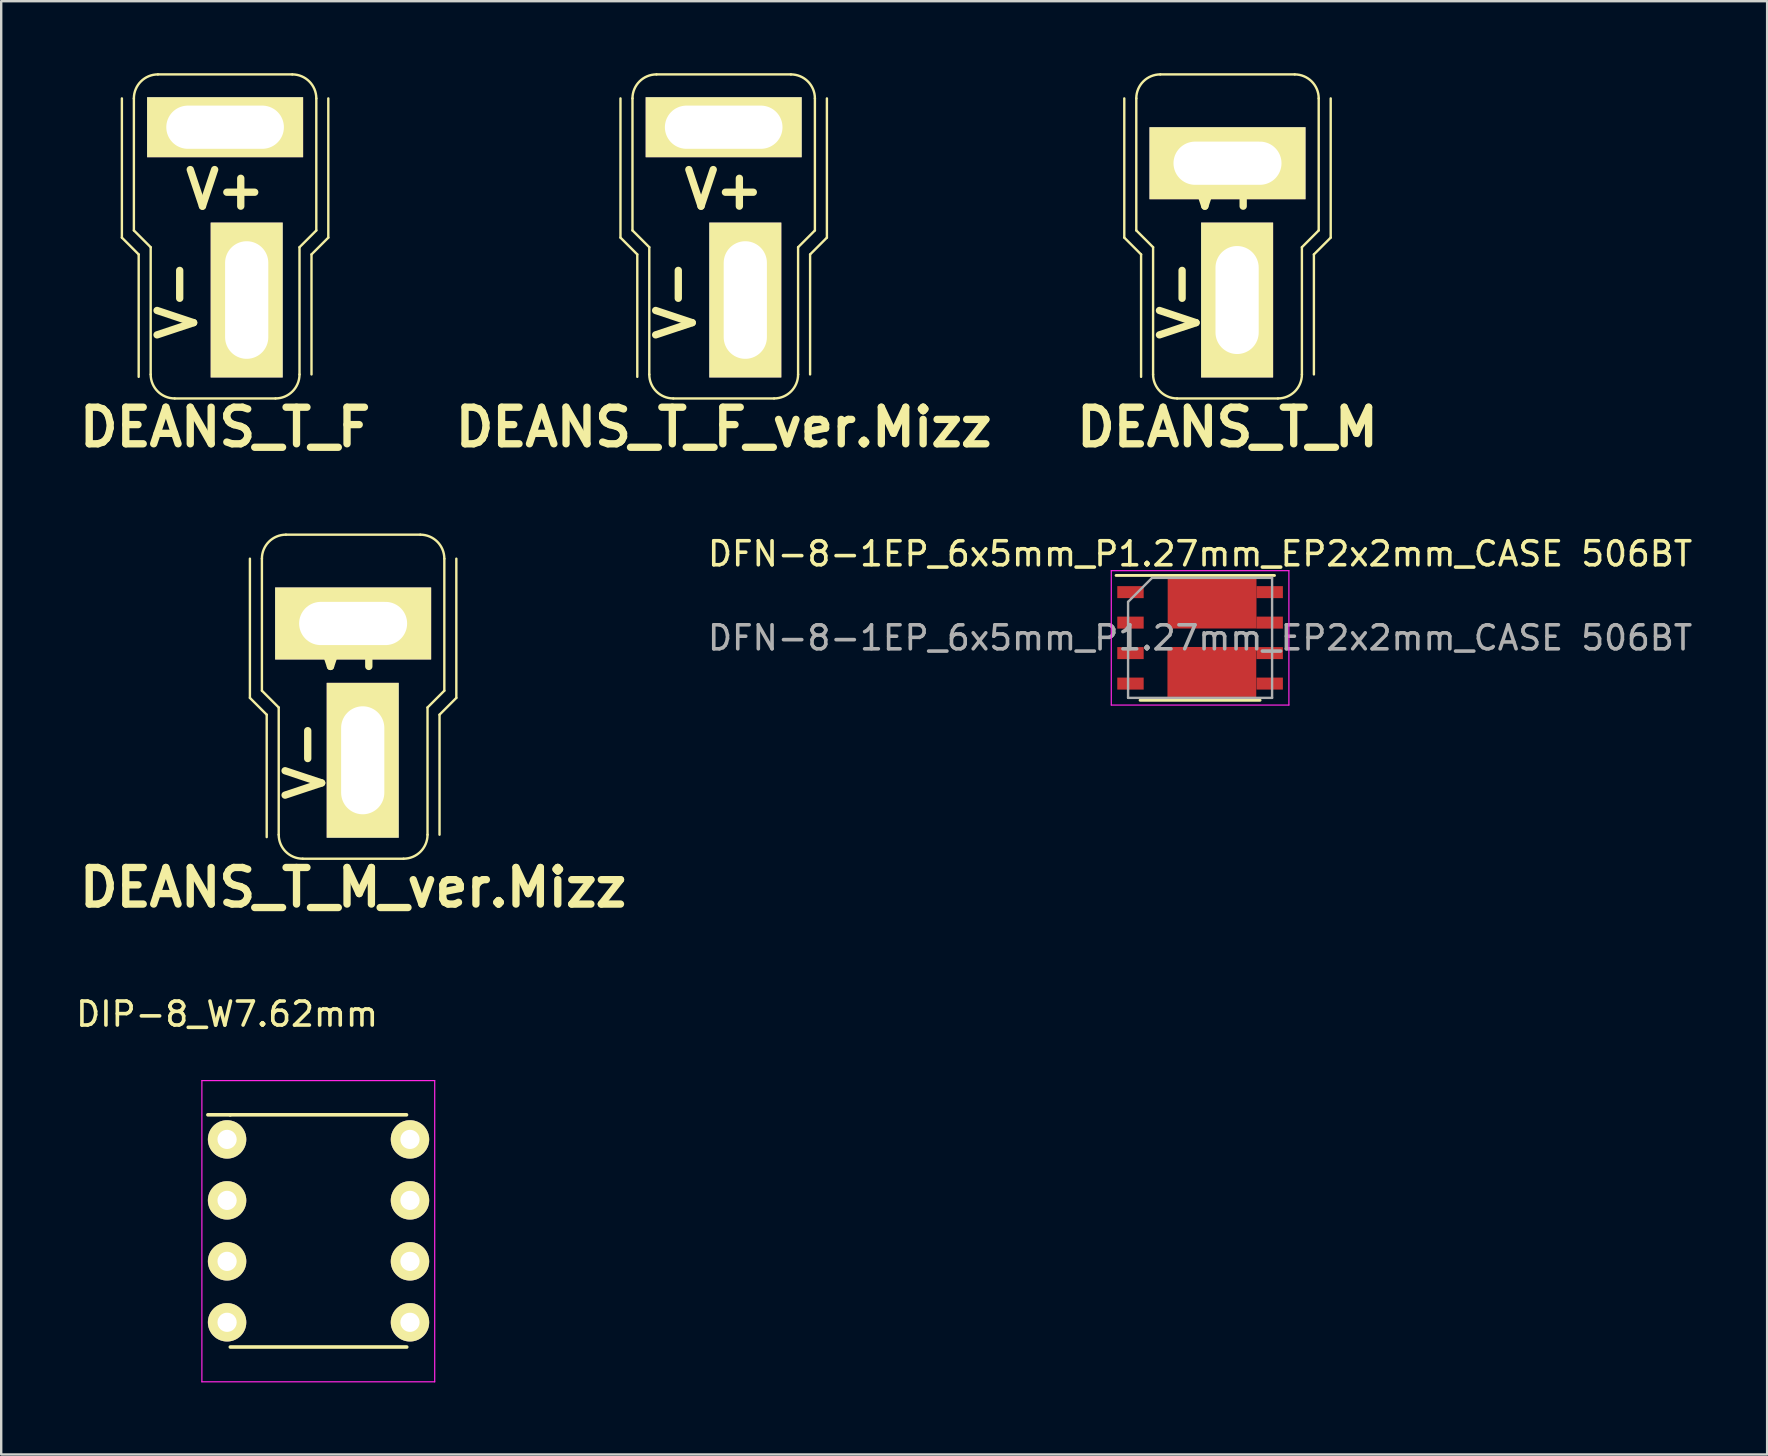
<source format=kicad_pcb>
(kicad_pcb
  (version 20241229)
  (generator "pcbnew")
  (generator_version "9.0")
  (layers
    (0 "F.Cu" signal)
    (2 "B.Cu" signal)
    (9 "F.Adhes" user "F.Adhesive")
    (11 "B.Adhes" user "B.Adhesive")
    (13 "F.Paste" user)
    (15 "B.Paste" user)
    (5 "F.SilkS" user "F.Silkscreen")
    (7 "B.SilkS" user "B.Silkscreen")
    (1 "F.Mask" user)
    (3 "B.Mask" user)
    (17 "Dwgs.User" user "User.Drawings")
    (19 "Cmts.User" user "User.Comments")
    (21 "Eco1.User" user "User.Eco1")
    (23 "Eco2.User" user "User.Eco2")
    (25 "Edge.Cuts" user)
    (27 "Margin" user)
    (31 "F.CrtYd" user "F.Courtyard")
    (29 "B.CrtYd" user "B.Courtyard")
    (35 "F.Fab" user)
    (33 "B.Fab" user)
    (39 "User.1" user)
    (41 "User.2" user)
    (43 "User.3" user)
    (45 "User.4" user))
  (footprint "DEANS_T_F_ver.Mizz"
    (layer "F.Cu")
    (at 27.101 6.55)
    (property "Reference" "DEANS_T_F_ver.Mizz" (at 0 8.2 0) (layer "F.SilkS") (effects (font (size 1.524 1.524) (thickness 0.305))))
    (attr through_hole)
    (fp_line (start -4.3 -5.5) (end -4.3 0.3) (stroke (width 0.1) (type solid)) (layer "F.SilkS"))
    (fp_line (start -4.3 0.3) (end -3.6 1) (stroke (width 0.1) (type solid)) (layer "F.SilkS"))
    (fp_line (start -3.8 -5.5) (end -3.8 0) (stroke (width 0.1) (type solid)) (layer "F.SilkS"))
    (fp_line (start -3.8 0) (end -3.1 0.7) (stroke (width 0.1) (type solid)) (layer "F.SilkS"))
    (fp_line (start -3.6 6.1) (end -3.6 1) (stroke (width 0.1) (type solid)) (layer "F.SilkS"))
    (fp_line (start -3.1 6) (end -3.1 0.7) (stroke (width 0.1) (type solid)) (layer "F.SilkS"))
    (fp_line (start 2.1 7) (end -2.1 7) (stroke (width 0.1) (type solid)) (layer "F.SilkS"))
    (fp_line (start 2.8 -6.5) (end -2.8 -6.5) (stroke (width 0.1) (type solid)) (layer "F.SilkS"))
    (fp_line (start 3.1 6) (end 3.1 0.7) (stroke (width 0.1) (type solid)) (layer "F.SilkS"))
    (fp_line (start 3.6 6) (end 3.6 1) (stroke (width 0.1) (type solid)) (layer "F.SilkS"))
    (fp_line (start 3.8 0) (end 3.1 0.7) (stroke (width 0.1) (type solid)) (layer "F.SilkS"))
    (fp_line (start 3.8 0) (end 3.8 -5.5) (stroke (width 0.1) (type solid)) (layer "F.SilkS"))
    (fp_line (start 4.3 -5.5) (end 4.3 0.3) (stroke (width 0.1) (type solid)) (layer "F.SilkS"))
    (fp_line (start 4.3 0.3) (end 3.6 1) (stroke (width 0.1) (type solid)) (layer "F.SilkS"))
    (fp_arc (start -3.8 -5.5) (mid -3.507107 -6.207107) (end -2.8 -6.5) (stroke (width 0.1) (type solid)) (layer "F.SilkS"))
    (fp_arc (start -2.1 7) (mid -2.807107 6.707107) (end -3.1 6) (stroke (width 0.1) (type solid)) (layer "F.SilkS"))
    (fp_arc (start 2.8 -6.5) (mid 3.507107 -6.207107) (end 3.8 -5.5) (stroke (width 0.1) (type solid)) (layer "F.SilkS"))
    (fp_arc (start 3.1 6) (mid 2.807107 6.707107) (end 2.1 7) (stroke (width 0.1) (type solid)) (layer "F.SilkS"))
    (fp_text user "V+" (at 0 -1.7 180) (layer "F.SilkS") (effects (font (size 1.524 1.524) (thickness 0.305))))
    (fp_text user "V-" (at -2 2.9 90) (layer "F.SilkS") (effects (font (size 1.524 1.524) (thickness 0.305))))
    (pad "1" thru_hole rect (at 0.9 2.9) (size 3 6.452) (drill oval 1.8 4.9) (layers "*.Cu" "*.Mask" "F.SilkS"))
    (pad "2" thru_hole rect (at 0 -4.3) (size 6.5 2.5) (drill oval 4.9 1.8) (layers "*.Cu" "*.Mask" "F.SilkS")))
  (footprint "DFN-8-1EP_6x5mm_P1.27mm_EP2x2mm_CASE 506BT"
    (layer "F.Cu")
    (at 46.949 23.525)
    (property "Reference" "DFN-8-1EP_6x5mm_P1.27mm_EP2x2mm_CASE 506BT" (at 0 -3.5 0) (layer "F.SilkS") (effects (font (size 1 1) (thickness 0.15))))
    (attr smd)
    (fp_line (start -3.5 -2.6) (end 3.1 -2.6) (stroke (width 0.12) (type solid)) (layer "F.SilkS"))
    (fp_line (start -2.5 2.6) (end 2.5 2.6) (stroke (width 0.12) (type solid)) (layer "F.SilkS"))
    (fp_line (start -3.7 -2.8) (end 3.7 -2.8) (stroke (width 0.05) (type solid)) (layer "F.CrtYd"))
    (fp_line (start -3.7 2.8) (end -3.7 -2.8) (stroke (width 0.05) (type solid)) (layer "F.CrtYd"))
    (fp_line (start 3.7 -2.8) (end 3.7 2.8) (stroke (width 0.05) (type solid)) (layer "F.CrtYd"))
    (fp_line (start 3.7 2.8) (end -3.7 2.8) (stroke (width 0.05) (type solid)) (layer "F.CrtYd"))
    (fp_line (start -3 2.5) (end -3 -1.5) (stroke (width 0.1) (type solid)) (layer "F.Fab"))
    (fp_line (start -2 -2.5) (end -3 -1.5) (stroke (width 0.1) (type solid)) (layer "F.Fab"))
    (fp_line (start -2 -2.5) (end 3 -2.5) (stroke (width 0.1) (type solid)) (layer "F.Fab"))
    (fp_line (start 3 -2.5) (end 3 2.5) (stroke (width 0.1) (type solid)) (layer "F.Fab"))
    (fp_line (start 3 2.5) (end -3 2.5) (stroke (width 0.1) (type solid)) (layer "F.Fab"))
    (fp_text user "${REFERENCE}" (at 0 0 0) (layer "F.Fab") (effects (font (size 1 1) (thickness 0.15))))
    (pad "1" smd rect (at -2.9 -1.905 270) (size 0.5 1.1) (layers "F.Cu" "F.Mask" "F.Paste"))
    (pad "2" smd rect (at -2.9 -0.635 270) (size 0.5 1.1) (layers "F.Cu" "F.Mask" "F.Paste"))
    (pad "3" smd rect (at -2.9 0.635 270) (size 0.5 1.1) (layers "F.Cu" "F.Mask" "F.Paste"))
    (pad "4" smd rect (at -2.9 1.905 270) (size 0.5 1.1) (layers "F.Cu" "F.Mask" "F.Paste"))
    (pad "5" smd rect (at 0.49 1.42) (size 3.7 2.08) (layers "F.Cu" "F.Mask" "F.Paste"))
    (pad "5" smd rect (at 2.9 1.905 270) (size 0.5 1.1) (layers "F.Cu" "F.Mask" "F.Paste"))
    (pad "6" smd rect (at 2.9 0.635 270) (size 0.5 1.1) (layers "F.Cu" "F.Mask" "F.Paste"))
    (pad "7" smd rect (at 2.9 -0.635 270) (size 0.5 1.1) (layers "F.Cu" "F.Mask" "F.Paste"))
    (pad "8" smd rect (at 0.5 -1.43) (size 3.7 2.08) (layers "F.Cu" "F.Mask" "F.Paste"))
    (pad "8" smd rect (at 2.9 -1.905 270) (size 0.5 1.1) (layers "F.Cu" "F.Mask" "F.Paste")))
  (footprint "DIP-8_W7.62mm"
    (layer "F.Cu")
    (at 6.411 44.421)
    (property "Reference" "DIP-8_W7.62mm" (at 0 -5.22 0) (layer "F.SilkS") (effects (font (size 1 1) (thickness 0.15))))
    (attr through_hole)
    (fp_line (start 0.125 -1.025) (end 7.475 -1.025) (stroke (width 0.15) (type solid)) (layer "F.SilkS"))
    (fp_line (start 0.135 -1.025) (end -0.8 -1.025) (stroke (width 0.15) (type solid)) (layer "F.SilkS"))
    (fp_line (start 0.135 8.65) (end 7.485 8.65) (stroke (width 0.15) (type solid)) (layer "F.SilkS"))
    (fp_line (start -1.05 -2.45) (end -1.05 10.1) (stroke (width 0.05) (type solid)) (layer "F.CrtYd"))
    (fp_line (start -1.05 -2.45) (end 8.65 -2.45) (stroke (width 0.05) (type solid)) (layer "F.CrtYd"))
    (fp_line (start -1.05 10.1) (end 8.65 10.1) (stroke (width 0.05) (type solid)) (layer "F.CrtYd"))
    (fp_line (start 8.65 -2.45) (end 8.65 10.1) (stroke (width 0.05) (type solid)) (layer "F.CrtYd"))
    (pad "1" thru_hole oval (at 0 0) (size 1.6 1.6) (drill 0.8) (layers "*.Cu" "*.Mask" "F.SilkS"))
    (pad "2" thru_hole oval (at 0 2.54) (size 1.6 1.6) (drill 0.8) (layers "*.Cu" "*.Mask" "F.SilkS"))
    (pad "3" thru_hole oval (at 0 5.08) (size 1.6 1.6) (drill 0.8) (layers "*.Cu" "*.Mask" "F.SilkS"))
    (pad "4" thru_hole oval (at 0 7.62) (size 1.6 1.6) (drill 0.8) (layers "*.Cu" "*.Mask" "F.SilkS"))
    (pad "5" thru_hole oval (at 7.62 7.62) (size 1.6 1.6) (drill 0.8) (layers "*.Cu" "*.Mask" "F.SilkS"))
    (pad "6" thru_hole oval (at 7.62 5.08) (size 1.6 1.6) (drill 0.8) (layers "*.Cu" "*.Mask" "F.SilkS"))
    (pad "7" thru_hole oval (at 7.62 2.54) (size 1.6 1.6) (drill 0.8) (layers "*.Cu" "*.Mask" "F.SilkS"))
    (pad "8" thru_hole oval (at 7.62 0) (size 1.6 1.6) (drill 0.8) (layers "*.Cu" "*.Mask" "F.SilkS")))
  (footprint "DEANS_T_F"
    (layer "F.Cu")
    (at 6.328 6.55)
    (property "Reference" "DEANS_T_F" (at 0 8.2 0) (layer "F.SilkS") (effects (font (size 1.524 1.524) (thickness 0.305))))
    (attr through_hole)
    (fp_line (start -4.3 -5.5) (end -4.3 0.3) (stroke (width 0.1) (type solid)) (layer "F.SilkS"))
    (fp_line (start -4.3 0.3) (end -3.6 1) (stroke (width 0.1) (type solid)) (layer "F.SilkS"))
    (fp_line (start -3.8 -5.5) (end -3.8 0) (stroke (width 0.1) (type solid)) (layer "F.SilkS"))
    (fp_line (start -3.8 0) (end -3.1 0.7) (stroke (width 0.1) (type solid)) (layer "F.SilkS"))
    (fp_line (start -3.6 6.1) (end -3.6 1) (stroke (width 0.1) (type solid)) (layer "F.SilkS"))
    (fp_line (start -3.1 6) (end -3.1 0.7) (stroke (width 0.1) (type solid)) (layer "F.SilkS"))
    (fp_line (start 2.1 7) (end -2.1 7) (stroke (width 0.1) (type solid)) (layer "F.SilkS"))
    (fp_line (start 2.8 -6.5) (end -2.8 -6.5) (stroke (width 0.1) (type solid)) (layer "F.SilkS"))
    (fp_line (start 3.1 6) (end 3.1 0.7) (stroke (width 0.1) (type solid)) (layer "F.SilkS"))
    (fp_line (start 3.6 6) (end 3.6 1) (stroke (width 0.1) (type solid)) (layer "F.SilkS"))
    (fp_line (start 3.8 0) (end 3.1 0.7) (stroke (width 0.1) (type solid)) (layer "F.SilkS"))
    (fp_line (start 3.8 0) (end 3.8 -5.5) (stroke (width 0.1) (type solid)) (layer "F.SilkS"))
    (fp_line (start 4.3 -5.5) (end 4.3 0.3) (stroke (width 0.1) (type solid)) (layer "F.SilkS"))
    (fp_line (start 4.3 0.3) (end 3.6 1) (stroke (width 0.1) (type solid)) (layer "F.SilkS"))
    (fp_arc (start -3.8 -5.5) (mid -3.507107 -6.207107) (end -2.8 -6.5) (stroke (width 0.1) (type solid)) (layer "F.SilkS"))
    (fp_arc (start -2.1 7) (mid -2.807107 6.707107) (end -3.1 6) (stroke (width 0.1) (type solid)) (layer "F.SilkS"))
    (fp_arc (start 2.8 -6.5) (mid 3.507107 -6.207107) (end 3.8 -5.5) (stroke (width 0.1) (type solid)) (layer "F.SilkS"))
    (fp_arc (start 3.1 6) (mid 2.807107 6.707107) (end 2.1 7) (stroke (width 0.1) (type solid)) (layer "F.SilkS"))
    (fp_text user "V-" (at -2 2.9 90) (layer "F.SilkS") (effects (font (size 1.524 1.524) (thickness 0.305))))
    (fp_text user "V+" (at 0 -1.7 180) (layer "F.SilkS") (effects (font (size 1.524 1.524) (thickness 0.305))))
    (pad "1" thru_hole rect (at 0 -4.3) (size 6.5 2.5) (drill oval 4.9 1.8) (layers "*.Cu" "*.Mask" "F.SilkS"))
    (pad "2" thru_hole rect (at 0.9 2.9) (size 3 6.452) (drill oval 1.8 4.9) (layers "*.Cu" "*.Mask" "F.SilkS")))
  (footprint "DEANS_T_M"
    (layer "F.Cu")
    (at 48.091 6.55)
    (property "Reference" "DEANS_T_M" (at 0 8.2 0) (layer "F.SilkS") (effects (font (size 1.524 1.524) (thickness 0.305))))
    (attr through_hole)
    (fp_line (start -4.3 -5.5) (end -4.3 0.3) (stroke (width 0.1) (type solid)) (layer "F.SilkS"))
    (fp_line (start -4.3 0.3) (end -3.6 1) (stroke (width 0.1) (type solid)) (layer "F.SilkS"))
    (fp_line (start -3.8 -5.5) (end -3.8 0) (stroke (width 0.1) (type solid)) (layer "F.SilkS"))
    (fp_line (start -3.8 0) (end -3.1 0.7) (stroke (width 0.1) (type solid)) (layer "F.SilkS"))
    (fp_line (start -3.6 6.1) (end -3.6 1) (stroke (width 0.1) (type solid)) (layer "F.SilkS"))
    (fp_line (start -3.1 6) (end -3.1 0.7) (stroke (width 0.1) (type solid)) (layer "F.SilkS"))
    (fp_line (start 2.1 7) (end -2.1 7) (stroke (width 0.1) (type solid)) (layer "F.SilkS"))
    (fp_line (start 2.8 -6.5) (end -2.8 -6.5) (stroke (width 0.1) (type solid)) (layer "F.SilkS"))
    (fp_line (start 3.1 6) (end 3.1 0.7) (stroke (width 0.1) (type solid)) (layer "F.SilkS"))
    (fp_line (start 3.6 6) (end 3.6 1) (stroke (width 0.1) (type solid)) (layer "F.SilkS"))
    (fp_line (start 3.8 0) (end 3.1 0.7) (stroke (width 0.1) (type solid)) (layer "F.SilkS"))
    (fp_line (start 3.8 0) (end 3.8 -5.5) (stroke (width 0.1) (type solid)) (layer "F.SilkS"))
    (fp_line (start 4.3 -5.5) (end 4.3 0.3) (stroke (width 0.1) (type solid)) (layer "F.SilkS"))
    (fp_line (start 4.3 0.3) (end 3.6 1) (stroke (width 0.1) (type solid)) (layer "F.SilkS"))
    (fp_arc (start -3.8 -5.5) (mid -3.507107 -6.207107) (end -2.8 -6.5) (stroke (width 0.1) (type solid)) (layer "F.SilkS"))
    (fp_arc (start -2.1 7) (mid -2.807107 6.707107) (end -3.1 6) (stroke (width 0.1) (type solid)) (layer "F.SilkS"))
    (fp_arc (start 2.8 -6.5) (mid 3.507107 -6.207107) (end 3.8 -5.5) (stroke (width 0.1) (type solid)) (layer "F.SilkS"))
    (fp_arc (start 3.1 6) (mid 2.807107 6.707107) (end 2.1 7) (stroke (width 0.1) (type solid)) (layer "F.SilkS"))
    (fp_text user "V+" (at 0 -1.7 180) (layer "F.SilkS") (effects (font (size 1.524 1.524) (thickness 0.305))))
    (fp_text user "V-" (at -2 2.9 90) (layer "F.SilkS") (effects (font (size 1.524 1.524) (thickness 0.305))))
    (pad "1" thru_hole rect (at 0 -2.8) (size 6.5 3) (drill oval 4.5 1.8) (layers "*.Cu" "*.Mask" "F.SilkS"))
    (pad "2" thru_hole rect (at 0.4 2.9) (size 3 6.452) (drill oval 1.8 4.5) (layers "*.Cu" "*.Mask" "F.SilkS")))
  (footprint "DEANS_T_M_ver.Mizz"
    (layer "F.Cu")
    (at 11.662 25.726)
    (property "Reference" "DEANS_T_M_ver.Mizz" (at 0 8.2 0) (layer "F.SilkS") (effects (font (size 1.524 1.524) (thickness 0.305))))
    (attr through_hole)
    (fp_line (start -4.3 -5.5) (end -4.3 0.3) (stroke (width 0.1) (type solid)) (layer "F.SilkS"))
    (fp_line (start -4.3 0.3) (end -3.6 1) (stroke (width 0.1) (type solid)) (layer "F.SilkS"))
    (fp_line (start -3.8 -5.5) (end -3.8 0) (stroke (width 0.1) (type solid)) (layer "F.SilkS"))
    (fp_line (start -3.8 0) (end -3.1 0.7) (stroke (width 0.1) (type solid)) (layer "F.SilkS"))
    (fp_line (start -3.6 6.1) (end -3.6 1) (stroke (width 0.1) (type solid)) (layer "F.SilkS"))
    (fp_line (start -3.1 6) (end -3.1 0.7) (stroke (width 0.1) (type solid)) (layer "F.SilkS"))
    (fp_line (start 2.1 7) (end -2.1 7) (stroke (width 0.1) (type solid)) (layer "F.SilkS"))
    (fp_line (start 2.8 -6.5) (end -2.8 -6.5) (stroke (width 0.1) (type solid)) (layer "F.SilkS"))
    (fp_line (start 3.1 6) (end 3.1 0.7) (stroke (width 0.1) (type solid)) (layer "F.SilkS"))
    (fp_line (start 3.6 6) (end 3.6 1) (stroke (width 0.1) (type solid)) (layer "F.SilkS"))
    (fp_line (start 3.8 0) (end 3.1 0.7) (stroke (width 0.1) (type solid)) (layer "F.SilkS"))
    (fp_line (start 3.8 0) (end 3.8 -5.5) (stroke (width 0.1) (type solid)) (layer "F.SilkS"))
    (fp_line (start 4.3 -5.5) (end 4.3 0.3) (stroke (width 0.1) (type solid)) (layer "F.SilkS"))
    (fp_line (start 4.3 0.3) (end 3.6 1) (stroke (width 0.1) (type solid)) (layer "F.SilkS"))
    (fp_arc (start -3.8 -5.5) (mid -3.507107 -6.207107) (end -2.8 -6.5) (stroke (width 0.1) (type solid)) (layer "F.SilkS"))
    (fp_arc (start -2.1 7) (mid -2.807107 6.707107) (end -3.1 6) (stroke (width 0.1) (type solid)) (layer "F.SilkS"))
    (fp_arc (start 2.8 -6.5) (mid 3.507107 -6.207107) (end 3.8 -5.5) (stroke (width 0.1) (type solid)) (layer "F.SilkS"))
    (fp_arc (start 3.1 6) (mid 2.807107 6.707107) (end 2.1 7) (stroke (width 0.1) (type solid)) (layer "F.SilkS"))
    (fp_text user "V+" (at 0 -1.7 180) (layer "F.SilkS") (effects (font (size 1.524 1.524) (thickness 0.305))))
    (fp_text user "V-" (at -2 2.9 90) (layer "F.SilkS") (effects (font (size 1.524 1.524) (thickness 0.305))))
    (pad "1" thru_hole rect (at 0.4 2.9) (size 3 6.452) (drill oval 1.8 4.5) (layers "*.Cu" "*.Mask" "F.SilkS"))
    (pad "2" thru_hole rect (at 0 -2.8) (size 6.5 3) (drill oval 4.5 1.8) (layers "*.Cu" "*.Mask" "F.SilkS")))
  (gr_rect
    (start -3 -3)
    (end 70.574 57.546)
    (stroke (width 0.1) (type default))
    (fill no)
    (layer "Edge.Cuts")))
</source>
